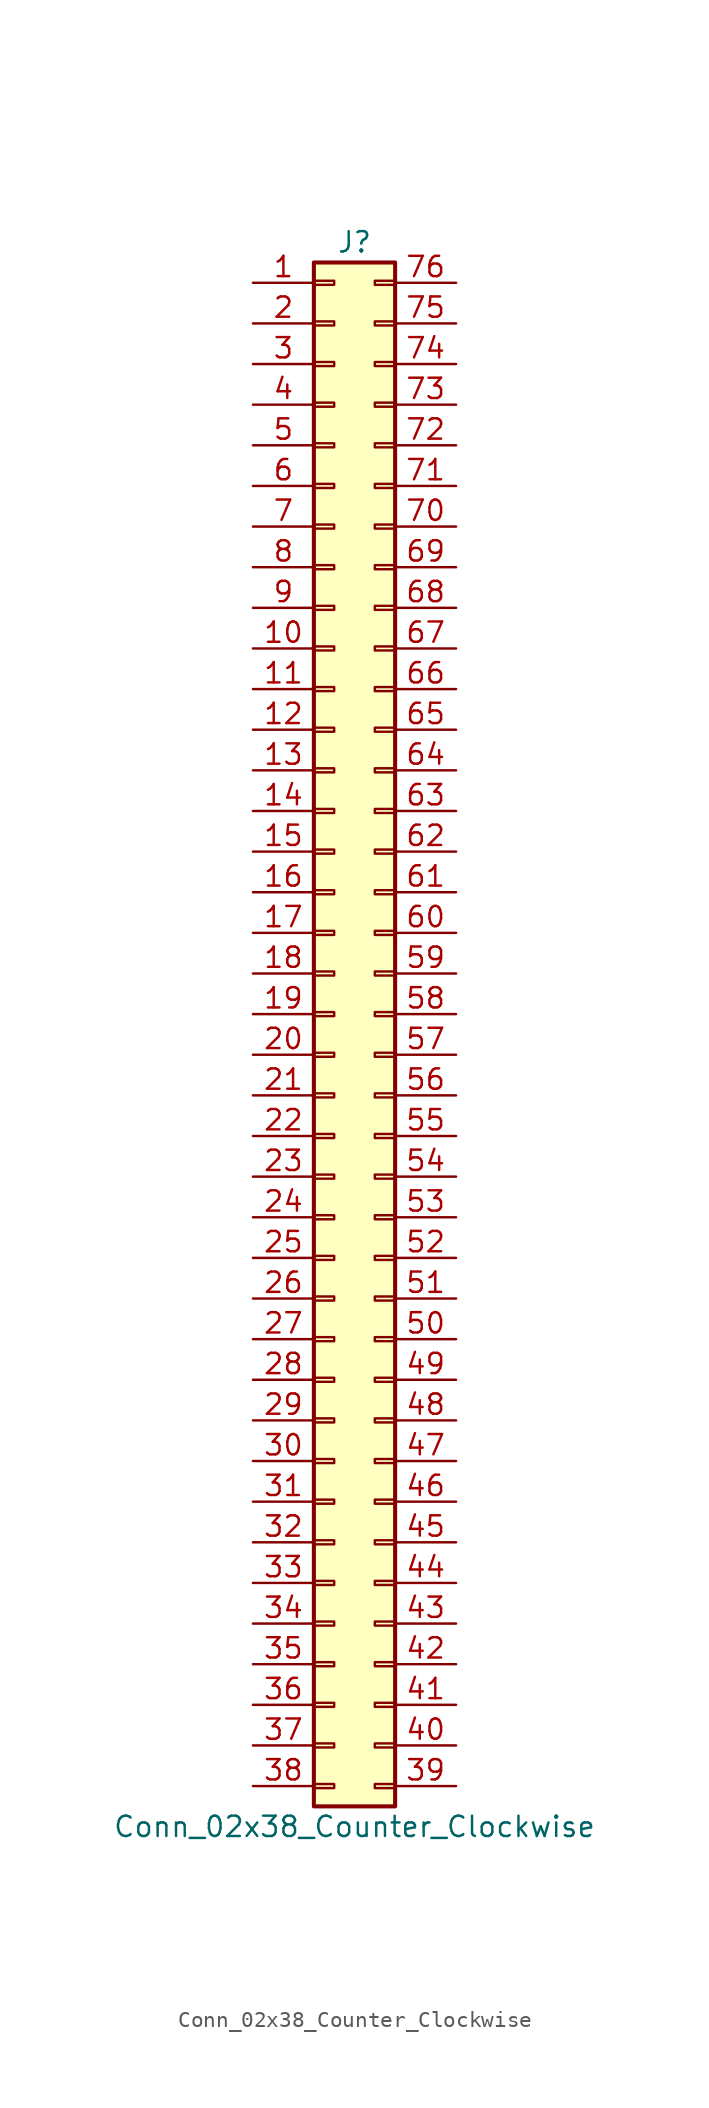
<source format=kicad_sym>
(kicad_symbol_lib
  (version 20201005)
  (generator kicad_symbol_editor)
  (symbol "Connector_Generic:Conn_02x38_Counter_Clockwise"
    (pin_names
      (offset 1.016) hide)
    (property "Reference" "J"
      (at 1.27 48.26 0)
      (effects (font (size 1.27 1.27))))
    (property "Value" "Conn_02x38_Counter_Clockwise"
      (at 1.27 -50.8 0)
      (effects (font (size 1.27 1.27))))
    (symbol "Conn_02x38_Counter_Clockwise_1_1"
      (rectangle (start -1.27 -27.813) (end 0 -28.067) (stroke (width 0.152)) (fill (type none)))
      (rectangle (start -1.27 -30.353) (end 0 -30.607) (stroke (width 0.152)) (fill (type none)))
      (rectangle (start -1.27 -32.893) (end 0 -33.147) (stroke (width 0.152)) (fill (type none)))
      (rectangle (start -1.27 -35.433) (end 0 -35.687) (stroke (width 0.152)) (fill (type none)))
      (rectangle (start -1.27 -37.973) (end 0 -38.227) (stroke (width 0.152)) (fill (type none)))
      (rectangle (start -1.27 -40.513) (end 0 -40.767) (stroke (width 0.152)) (fill (type none)))
      (rectangle (start -1.27 -43.053) (end 0 -43.307) (stroke (width 0.152)) (fill (type none)))
      (rectangle (start -1.27 -45.593) (end 0 -45.847) (stroke (width 0.152)) (fill (type none)))
      (rectangle (start -1.27 -48.133) (end 0 -48.387) (stroke (width 0.152)) (fill (type none)))
      (rectangle (start -1.27 -4.953) (end 0 -5.207) (stroke (width 0.152)) (fill (type none)))
      (rectangle (start -1.27 -7.493) (end 0 -7.747) (stroke (width 0.152)) (fill (type none)))
      (rectangle (start -1.27 -10.033) (end 0 -10.287) (stroke (width 0.152)) (fill (type none)))
      (rectangle (start -1.27 -12.573) (end 0 -12.827) (stroke (width 0.152)) (fill (type none)))
      (rectangle (start -1.27 -15.113) (end 0 -15.367) (stroke (width 0.152)) (fill (type none)))
      (rectangle (start -1.27 -17.653) (end 0 -17.907) (stroke (width 0.152)) (fill (type none)))
      (rectangle (start -1.27 -20.193) (end 0 -20.447) (stroke (width 0.152)) (fill (type none)))
      (rectangle (start -1.27 -22.733) (end 0 -22.987) (stroke (width 0.152)) (fill (type none)))
      (rectangle (start -1.27 -2.413) (end 0 -2.667) (stroke (width 0.152)) (fill (type none)))
      (rectangle (start -1.27 -25.273) (end 0 -25.527) (stroke (width 0.152)) (fill (type none)))
      (rectangle (start -1.27 25.527) (end 0 25.273) (stroke (width 0.152)) (fill (type none)))
      (rectangle (start -1.27 2.667) (end 0 2.413) (stroke (width 0.152)) (fill (type none)))
      (rectangle (start -1.27 28.067) (end 0 27.813) (stroke (width 0.152)) (fill (type none)))
      (rectangle (start -1.27 30.607) (end 0 30.353) (stroke (width 0.152)) (fill (type none)))
      (rectangle (start -1.27 33.147) (end 0 32.893) (stroke (width 0.152)) (fill (type none)))
      (rectangle (start -1.27 35.687) (end 0 35.433) (stroke (width 0.152)) (fill (type none)))
      (rectangle (start -1.27 38.227) (end 0 37.973) (stroke (width 0.152)) (fill (type none)))
      (rectangle (start -1.27 40.767) (end 0 40.513) (stroke (width 0.152)) (fill (type none)))
      (rectangle (start -1.27 43.307) (end 0 43.053) (stroke (width 0.152)) (fill (type none)))
      (rectangle (start -1.27 45.847) (end 0 45.593) (stroke (width 0.152)) (fill (type none)))
      (rectangle (start -1.27 46.99) (end 3.81 -49.53) (stroke (width 0.254)) (fill (type background)))
      (rectangle (start -1.27 5.207) (end 0 4.953) (stroke (width 0.152)) (fill (type none)))
      (rectangle (start -1.27 7.747) (end 0 7.493) (stroke (width 0.152)) (fill (type none)))
      (rectangle (start -1.27 10.287) (end 0 10.033) (stroke (width 0.152)) (fill (type none)))
      (rectangle (start -1.27 0.127) (end 0 -0.127) (stroke (width 0.152)) (fill (type none)))
      (rectangle (start -1.27 12.827) (end 0 12.573) (stroke (width 0.152)) (fill (type none)))
      (rectangle (start -1.27 15.367) (end 0 15.113) (stroke (width 0.152)) (fill (type none)))
      (rectangle (start -1.27 17.907) (end 0 17.653) (stroke (width 0.152)) (fill (type none)))
      (rectangle (start -1.27 20.447) (end 0 20.193) (stroke (width 0.152)) (fill (type none)))
      (rectangle (start -1.27 22.987) (end 0 22.733) (stroke (width 0.152)) (fill (type none)))
      (rectangle (start 3.81 -27.813) (end 2.54 -28.067) (stroke (width 0.152)) (fill (type none)))
      (rectangle (start 3.81 -30.353) (end 2.54 -30.607) (stroke (width 0.152)) (fill (type none)))
      (rectangle (start 3.81 -32.893) (end 2.54 -33.147) (stroke (width 0.152)) (fill (type none)))
      (rectangle (start 3.81 -35.433) (end 2.54 -35.687) (stroke (width 0.152)) (fill (type none)))
      (rectangle (start 3.81 -37.973) (end 2.54 -38.227) (stroke (width 0.152)) (fill (type none)))
      (rectangle (start 3.81 -40.513) (end 2.54 -40.767) (stroke (width 0.152)) (fill (type none)))
      (rectangle (start 3.81 -43.053) (end 2.54 -43.307) (stroke (width 0.152)) (fill (type none)))
      (rectangle (start 3.81 -45.593) (end 2.54 -45.847) (stroke (width 0.152)) (fill (type none)))
      (rectangle (start 3.81 -48.133) (end 2.54 -48.387) (stroke (width 0.152)) (fill (type none)))
      (rectangle (start 3.81 -4.953) (end 2.54 -5.207) (stroke (width 0.152)) (fill (type none)))
      (rectangle (start 3.81 -7.493) (end 2.54 -7.747) (stroke (width 0.152)) (fill (type none)))
      (rectangle (start 3.81 -10.033) (end 2.54 -10.287) (stroke (width 0.152)) (fill (type none)))
      (rectangle (start 3.81 -12.573) (end 2.54 -12.827) (stroke (width 0.152)) (fill (type none)))
      (rectangle (start 3.81 -15.113) (end 2.54 -15.367) (stroke (width 0.152)) (fill (type none)))
      (rectangle (start 3.81 -17.653) (end 2.54 -17.907) (stroke (width 0.152)) (fill (type none)))
      (rectangle (start 3.81 -20.193) (end 2.54 -20.447) (stroke (width 0.152)) (fill (type none)))
      (rectangle (start 3.81 -22.733) (end 2.54 -22.987) (stroke (width 0.152)) (fill (type none)))
      (rectangle (start 3.81 -2.413) (end 2.54 -2.667) (stroke (width 0.152)) (fill (type none)))
      (rectangle (start 3.81 -25.273) (end 2.54 -25.527) (stroke (width 0.152)) (fill (type none)))
      (rectangle (start 3.81 25.527) (end 2.54 25.273) (stroke (width 0.152)) (fill (type none)))
      (rectangle (start 3.81 2.667) (end 2.54 2.413) (stroke (width 0.152)) (fill (type none)))
      (rectangle (start 3.81 28.067) (end 2.54 27.813) (stroke (width 0.152)) (fill (type none)))
      (rectangle (start 3.81 30.607) (end 2.54 30.353) (stroke (width 0.152)) (fill (type none)))
      (rectangle (start 3.81 33.147) (end 2.54 32.893) (stroke (width 0.152)) (fill (type none)))
      (rectangle (start 3.81 35.687) (end 2.54 35.433) (stroke (width 0.152)) (fill (type none)))
      (rectangle (start 3.81 38.227) (end 2.54 37.973) (stroke (width 0.152)) (fill (type none)))
      (rectangle (start 3.81 40.767) (end 2.54 40.513) (stroke (width 0.152)) (fill (type none)))
      (rectangle (start 3.81 43.307) (end 2.54 43.053) (stroke (width 0.152)) (fill (type none)))
      (rectangle (start 3.81 45.847) (end 2.54 45.593) (stroke (width 0.152)) (fill (type none)))
      (rectangle (start 3.81 5.207) (end 2.54 4.953) (stroke (width 0.152)) (fill (type none)))
      (rectangle (start 3.81 7.747) (end 2.54 7.493) (stroke (width 0.152)) (fill (type none)))
      (rectangle (start 3.81 10.287) (end 2.54 10.033) (stroke (width 0.152)) (fill (type none)))
      (rectangle (start 3.81 0.127) (end 2.54 -0.127) (stroke (width 0.152)) (fill (type none)))
      (rectangle (start 3.81 12.827) (end 2.54 12.573) (stroke (width 0.152)) (fill (type none)))
      (rectangle (start 3.81 15.367) (end 2.54 15.113) (stroke (width 0.152)) (fill (type none)))
      (rectangle (start 3.81 17.907) (end 2.54 17.653) (stroke (width 0.152)) (fill (type none)))
      (rectangle (start 3.81 20.447) (end 2.54 20.193) (stroke (width 0.152)) (fill (type none)))
      (rectangle (start 3.81 22.987) (end 2.54 22.733) (stroke (width 0.152)) (fill (type none)))
      (pin passive line (at -5.08 45.72 0) (length 3.81) (name "Pin_1" (effects (font (size 1.27 1.27)))) (number "1" (effects (font (size 1.27 1.27)))))
      (pin passive line (at -5.08 22.86 0) (length 3.81) (name "Pin_10" (effects (font (size 1.27 1.27)))) (number "10" (effects (font (size 1.27 1.27)))))
      (pin passive line (at -5.08 20.32 0) (length 3.81) (name "Pin_11" (effects (font (size 1.27 1.27)))) (number "11" (effects (font (size 1.27 1.27)))))
      (pin passive line (at -5.08 17.78 0) (length 3.81) (name "Pin_12" (effects (font (size 1.27 1.27)))) (number "12" (effects (font (size 1.27 1.27)))))
      (pin passive line (at -5.08 15.24 0) (length 3.81) (name "Pin_13" (effects (font (size 1.27 1.27)))) (number "13" (effects (font (size 1.27 1.27)))))
      (pin passive line (at -5.08 12.7 0) (length 3.81) (name "Pin_14" (effects (font (size 1.27 1.27)))) (number "14" (effects (font (size 1.27 1.27)))))
      (pin passive line (at -5.08 10.16 0) (length 3.81) (name "Pin_15" (effects (font (size 1.27 1.27)))) (number "15" (effects (font (size 1.27 1.27)))))
      (pin passive line (at -5.08 7.62 0) (length 3.81) (name "Pin_16" (effects (font (size 1.27 1.27)))) (number "16" (effects (font (size 1.27 1.27)))))
      (pin passive line (at -5.08 5.08 0) (length 3.81) (name "Pin_17" (effects (font (size 1.27 1.27)))) (number "17" (effects (font (size 1.27 1.27)))))
      (pin passive line (at -5.08 2.54 0) (length 3.81) (name "Pin_18" (effects (font (size 1.27 1.27)))) (number "18" (effects (font (size 1.27 1.27)))))
      (pin passive line (at -5.08 0 0) (length 3.81) (name "Pin_19" (effects (font (size 1.27 1.27)))) (number "19" (effects (font (size 1.27 1.27)))))
      (pin passive line (at -5.08 43.18 0) (length 3.81) (name "Pin_2" (effects (font (size 1.27 1.27)))) (number "2" (effects (font (size 1.27 1.27)))))
      (pin passive line (at -5.08 -2.54 0) (length 3.81) (name "Pin_20" (effects (font (size 1.27 1.27)))) (number "20" (effects (font (size 1.27 1.27)))))
      (pin passive line (at -5.08 -5.08 0) (length 3.81) (name "Pin_21" (effects (font (size 1.27 1.27)))) (number "21" (effects (font (size 1.27 1.27)))))
      (pin passive line (at -5.08 -7.62 0) (length 3.81) (name "Pin_22" (effects (font (size 1.27 1.27)))) (number "22" (effects (font (size 1.27 1.27)))))
      (pin passive line (at -5.08 -10.16 0) (length 3.81) (name "Pin_23" (effects (font (size 1.27 1.27)))) (number "23" (effects (font (size 1.27 1.27)))))
      (pin passive line (at -5.08 -12.7 0) (length 3.81) (name "Pin_24" (effects (font (size 1.27 1.27)))) (number "24" (effects (font (size 1.27 1.27)))))
      (pin passive line (at -5.08 -15.24 0) (length 3.81) (name "Pin_25" (effects (font (size 1.27 1.27)))) (number "25" (effects (font (size 1.27 1.27)))))
      (pin passive line (at -5.08 -17.78 0) (length 3.81) (name "Pin_26" (effects (font (size 1.27 1.27)))) (number "26" (effects (font (size 1.27 1.27)))))
      (pin passive line (at -5.08 -20.32 0) (length 3.81) (name "Pin_27" (effects (font (size 1.27 1.27)))) (number "27" (effects (font (size 1.27 1.27)))))
      (pin passive line (at -5.08 -22.86 0) (length 3.81) (name "Pin_28" (effects (font (size 1.27 1.27)))) (number "28" (effects (font (size 1.27 1.27)))))
      (pin passive line (at -5.08 -25.4 0) (length 3.81) (name "Pin_29" (effects (font (size 1.27 1.27)))) (number "29" (effects (font (size 1.27 1.27)))))
      (pin passive line (at -5.08 40.64 0) (length 3.81) (name "Pin_3" (effects (font (size 1.27 1.27)))) (number "3" (effects (font (size 1.27 1.27)))))
      (pin passive line (at -5.08 -27.94 0) (length 3.81) (name "Pin_30" (effects (font (size 1.27 1.27)))) (number "30" (effects (font (size 1.27 1.27)))))
      (pin passive line (at -5.08 -30.48 0) (length 3.81) (name "Pin_31" (effects (font (size 1.27 1.27)))) (number "31" (effects (font (size 1.27 1.27)))))
      (pin passive line (at -5.08 -33.02 0) (length 3.81) (name "Pin_32" (effects (font (size 1.27 1.27)))) (number "32" (effects (font (size 1.27 1.27)))))
      (pin passive line (at -5.08 -35.56 0) (length 3.81) (name "Pin_33" (effects (font (size 1.27 1.27)))) (number "33" (effects (font (size 1.27 1.27)))))
      (pin passive line (at -5.08 -38.1 0) (length 3.81) (name "Pin_34" (effects (font (size 1.27 1.27)))) (number "34" (effects (font (size 1.27 1.27)))))
      (pin passive line (at -5.08 -40.64 0) (length 3.81) (name "Pin_35" (effects (font (size 1.27 1.27)))) (number "35" (effects (font (size 1.27 1.27)))))
      (pin passive line (at -5.08 -43.18 0) (length 3.81) (name "Pin_36" (effects (font (size 1.27 1.27)))) (number "36" (effects (font (size 1.27 1.27)))))
      (pin passive line (at -5.08 -45.72 0) (length 3.81) (name "Pin_37" (effects (font (size 1.27 1.27)))) (number "37" (effects (font (size 1.27 1.27)))))
      (pin passive line (at -5.08 -48.26 0) (length 3.81) (name "Pin_38" (effects (font (size 1.27 1.27)))) (number "38" (effects (font (size 1.27 1.27)))))
      (pin passive line (at 7.62 -48.26 180) (length 3.81) (name "Pin_39" (effects (font (size 1.27 1.27)))) (number "39" (effects (font (size 1.27 1.27)))))
      (pin passive line (at -5.08 38.1 0) (length 3.81) (name "Pin_4" (effects (font (size 1.27 1.27)))) (number "4" (effects (font (size 1.27 1.27)))))
      (pin passive line (at 7.62 -45.72 180) (length 3.81) (name "Pin_40" (effects (font (size 1.27 1.27)))) (number "40" (effects (font (size 1.27 1.27)))))
      (pin passive line (at 7.62 -43.18 180) (length 3.81) (name "Pin_41" (effects (font (size 1.27 1.27)))) (number "41" (effects (font (size 1.27 1.27)))))
      (pin passive line (at 7.62 -40.64 180) (length 3.81) (name "Pin_42" (effects (font (size 1.27 1.27)))) (number "42" (effects (font (size 1.27 1.27)))))
      (pin passive line (at 7.62 -38.1 180) (length 3.81) (name "Pin_43" (effects (font (size 1.27 1.27)))) (number "43" (effects (font (size 1.27 1.27)))))
      (pin passive line (at 7.62 -35.56 180) (length 3.81) (name "Pin_44" (effects (font (size 1.27 1.27)))) (number "44" (effects (font (size 1.27 1.27)))))
      (pin passive line (at 7.62 -33.02 180) (length 3.81) (name "Pin_45" (effects (font (size 1.27 1.27)))) (number "45" (effects (font (size 1.27 1.27)))))
      (pin passive line (at 7.62 -30.48 180) (length 3.81) (name "Pin_46" (effects (font (size 1.27 1.27)))) (number "46" (effects (font (size 1.27 1.27)))))
      (pin passive line (at 7.62 -27.94 180) (length 3.81) (name "Pin_47" (effects (font (size 1.27 1.27)))) (number "47" (effects (font (size 1.27 1.27)))))
      (pin passive line (at 7.62 -25.4 180) (length 3.81) (name "Pin_48" (effects (font (size 1.27 1.27)))) (number "48" (effects (font (size 1.27 1.27)))))
      (pin passive line (at 7.62 -22.86 180) (length 3.81) (name "Pin_49" (effects (font (size 1.27 1.27)))) (number "49" (effects (font (size 1.27 1.27)))))
      (pin passive line (at -5.08 35.56 0) (length 3.81) (name "Pin_5" (effects (font (size 1.27 1.27)))) (number "5" (effects (font (size 1.27 1.27)))))
      (pin passive line (at 7.62 -20.32 180) (length 3.81) (name "Pin_50" (effects (font (size 1.27 1.27)))) (number "50" (effects (font (size 1.27 1.27)))))
      (pin passive line (at 7.62 -17.78 180) (length 3.81) (name "Pin_51" (effects (font (size 1.27 1.27)))) (number "51" (effects (font (size 1.27 1.27)))))
      (pin passive line (at 7.62 -15.24 180) (length 3.81) (name "Pin_52" (effects (font (size 1.27 1.27)))) (number "52" (effects (font (size 1.27 1.27)))))
      (pin passive line (at 7.62 -12.7 180) (length 3.81) (name "Pin_53" (effects (font (size 1.27 1.27)))) (number "53" (effects (font (size 1.27 1.27)))))
      (pin passive line (at 7.62 -10.16 180) (length 3.81) (name "Pin_54" (effects (font (size 1.27 1.27)))) (number "54" (effects (font (size 1.27 1.27)))))
      (pin passive line (at 7.62 -7.62 180) (length 3.81) (name "Pin_55" (effects (font (size 1.27 1.27)))) (number "55" (effects (font (size 1.27 1.27)))))
      (pin passive line (at 7.62 -5.08 180) (length 3.81) (name "Pin_56" (effects (font (size 1.27 1.27)))) (number "56" (effects (font (size 1.27 1.27)))))
      (pin passive line (at 7.62 -2.54 180) (length 3.81) (name "Pin_57" (effects (font (size 1.27 1.27)))) (number "57" (effects (font (size 1.27 1.27)))))
      (pin passive line (at 7.62 0 180) (length 3.81) (name "Pin_58" (effects (font (size 1.27 1.27)))) (number "58" (effects (font (size 1.27 1.27)))))
      (pin passive line (at 7.62 2.54 180) (length 3.81) (name "Pin_59" (effects (font (size 1.27 1.27)))) (number "59" (effects (font (size 1.27 1.27)))))
      (pin passive line (at -5.08 33.02 0) (length 3.81) (name "Pin_6" (effects (font (size 1.27 1.27)))) (number "6" (effects (font (size 1.27 1.27)))))
      (pin passive line (at 7.62 5.08 180) (length 3.81) (name "Pin_60" (effects (font (size 1.27 1.27)))) (number "60" (effects (font (size 1.27 1.27)))))
      (pin passive line (at 7.62 7.62 180) (length 3.81) (name "Pin_61" (effects (font (size 1.27 1.27)))) (number "61" (effects (font (size 1.27 1.27)))))
      (pin passive line (at 7.62 10.16 180) (length 3.81) (name "Pin_62" (effects (font (size 1.27 1.27)))) (number "62" (effects (font (size 1.27 1.27)))))
      (pin passive line (at 7.62 12.7 180) (length 3.81) (name "Pin_63" (effects (font (size 1.27 1.27)))) (number "63" (effects (font (size 1.27 1.27)))))
      (pin passive line (at 7.62 15.24 180) (length 3.81) (name "Pin_64" (effects (font (size 1.27 1.27)))) (number "64" (effects (font (size 1.27 1.27)))))
      (pin passive line (at 7.62 17.78 180) (length 3.81) (name "Pin_65" (effects (font (size 1.27 1.27)))) (number "65" (effects (font (size 1.27 1.27)))))
      (pin passive line (at 7.62 20.32 180) (length 3.81) (name "Pin_66" (effects (font (size 1.27 1.27)))) (number "66" (effects (font (size 1.27 1.27)))))
      (pin passive line (at 7.62 22.86 180) (length 3.81) (name "Pin_67" (effects (font (size 1.27 1.27)))) (number "67" (effects (font (size 1.27 1.27)))))
      (pin passive line (at 7.62 25.4 180) (length 3.81) (name "Pin_68" (effects (font (size 1.27 1.27)))) (number "68" (effects (font (size 1.27 1.27)))))
      (pin passive line (at 7.62 27.94 180) (length 3.81) (name "Pin_69" (effects (font (size 1.27 1.27)))) (number "69" (effects (font (size 1.27 1.27)))))
      (pin passive line (at -5.08 30.48 0) (length 3.81) (name "Pin_7" (effects (font (size 1.27 1.27)))) (number "7" (effects (font (size 1.27 1.27)))))
      (pin passive line (at 7.62 30.48 180) (length 3.81) (name "Pin_70" (effects (font (size 1.27 1.27)))) (number "70" (effects (font (size 1.27 1.27)))))
      (pin passive line (at 7.62 33.02 180) (length 3.81) (name "Pin_71" (effects (font (size 1.27 1.27)))) (number "71" (effects (font (size 1.27 1.27)))))
      (pin passive line (at 7.62 35.56 180) (length 3.81) (name "Pin_72" (effects (font (size 1.27 1.27)))) (number "72" (effects (font (size 1.27 1.27)))))
      (pin passive line (at 7.62 38.1 180) (length 3.81) (name "Pin_73" (effects (font (size 1.27 1.27)))) (number "73" (effects (font (size 1.27 1.27)))))
      (pin passive line (at 7.62 40.64 180) (length 3.81) (name "Pin_74" (effects (font (size 1.27 1.27)))) (number "74" (effects (font (size 1.27 1.27)))))
      (pin passive line (at 7.62 43.18 180) (length 3.81) (name "Pin_75" (effects (font (size 1.27 1.27)))) (number "75" (effects (font (size 1.27 1.27)))))
      (pin passive line (at 7.62 45.72 180) (length 3.81) (name "Pin_76" (effects (font (size 1.27 1.27)))) (number "76" (effects (font (size 1.27 1.27)))))
      (pin passive line (at -5.08 27.94 0) (length 3.81) (name "Pin_8" (effects (font (size 1.27 1.27)))) (number "8" (effects (font (size 1.27 1.27)))))
      (pin passive line (at -5.08 25.4 0) (length 3.81) (name "Pin_9" (effects (font (size 1.27 1.27)))) (number "9" (effects (font (size 1.27 1.27))))))))
</source>
